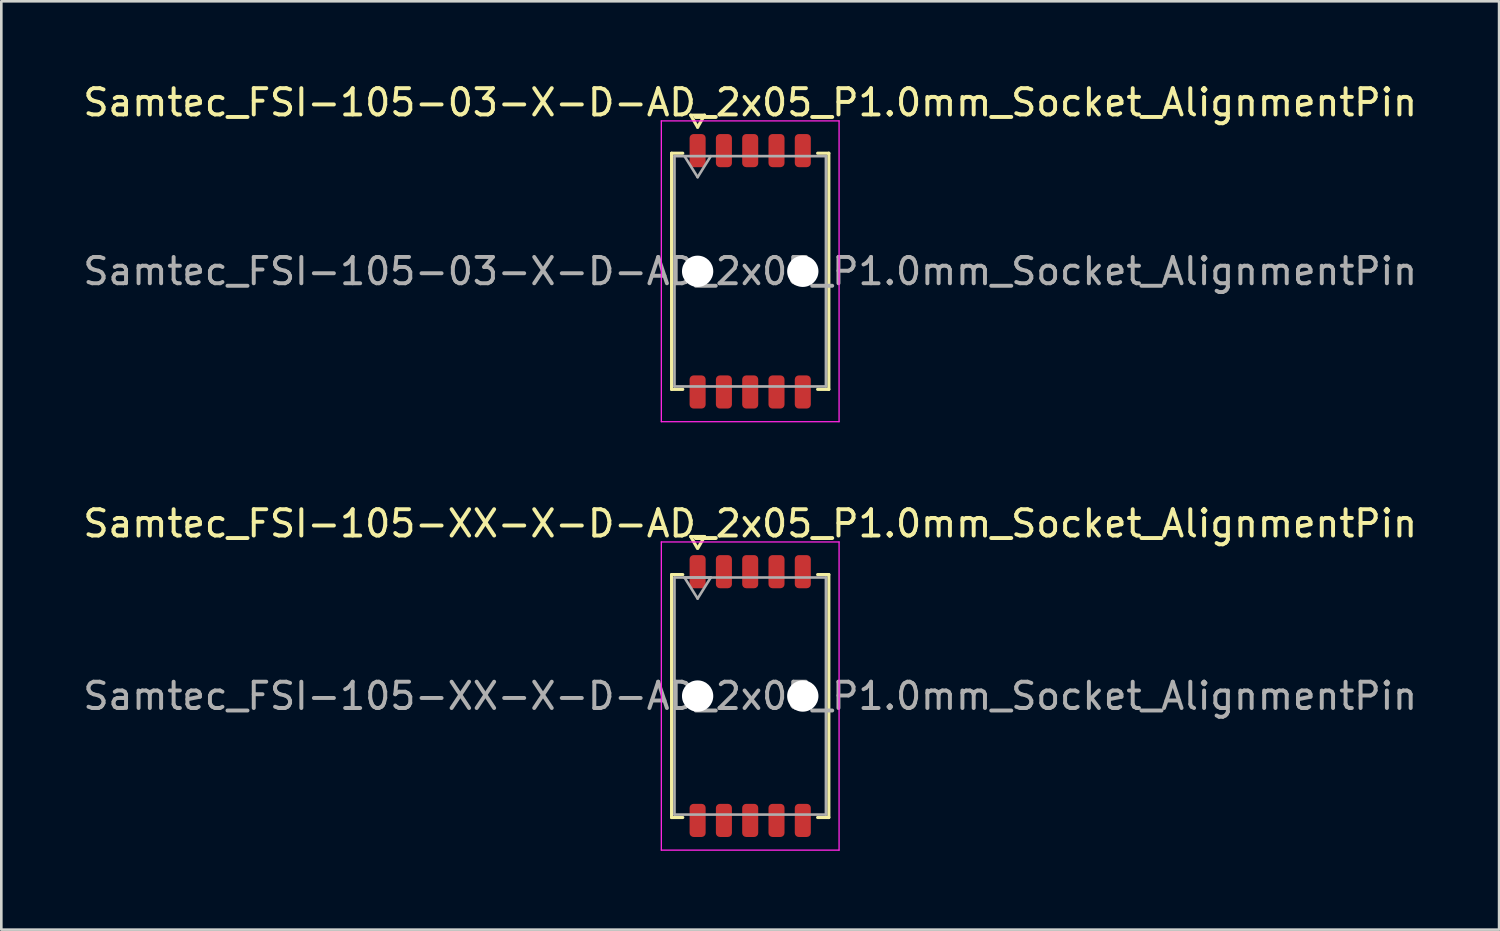
<source format=kicad_pcb>
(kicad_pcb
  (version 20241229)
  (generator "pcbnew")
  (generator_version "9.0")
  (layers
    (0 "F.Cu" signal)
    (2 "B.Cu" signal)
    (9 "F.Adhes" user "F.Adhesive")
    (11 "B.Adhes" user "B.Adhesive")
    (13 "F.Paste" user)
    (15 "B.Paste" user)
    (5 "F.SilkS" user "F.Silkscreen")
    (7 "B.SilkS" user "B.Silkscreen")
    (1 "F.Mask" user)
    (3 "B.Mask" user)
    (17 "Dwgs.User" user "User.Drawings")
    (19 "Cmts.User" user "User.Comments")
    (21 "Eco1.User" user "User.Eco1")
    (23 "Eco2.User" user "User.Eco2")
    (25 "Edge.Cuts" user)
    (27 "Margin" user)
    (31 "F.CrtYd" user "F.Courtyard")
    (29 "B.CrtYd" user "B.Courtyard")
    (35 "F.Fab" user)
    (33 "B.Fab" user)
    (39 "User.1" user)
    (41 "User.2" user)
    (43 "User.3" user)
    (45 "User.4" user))
  (footprint "Samtec_FSI-105-03-X-D-AD_2x05_P1.0mm_Socket_AlignmentPin"
    (layer "F.Cu")
    (at 25.482 7.268)
    (property "Reference" "Samtec_FSI-105-03-X-D-AD_2x05_P1.0mm_Socket_AlignmentPin" (at 0 -6.42 0) (layer "F.SilkS") (effects (font (size 1 1) (thickness 0.15))))
    (attr smd)
    (fp_line (start -2.99 -4.49) (end -2.565 -4.49) (stroke (width 0.12) (type solid)) (layer "F.SilkS"))
    (fp_line (start -2.99 4.49) (end -2.99 -4.49) (stroke (width 0.12) (type solid)) (layer "F.SilkS"))
    (fp_line (start -2.565 4.49) (end -2.99 4.49) (stroke (width 0.12) (type solid)) (layer "F.SilkS"))
    (fp_line (start -2.264 -5.938) (end -2 -5.48) (stroke (width 0.12) (type solid)) (layer "F.SilkS"))
    (fp_line (start -2 -5.48) (end -1.736 -5.938) (stroke (width 0.12) (type solid)) (layer "F.SilkS"))
    (fp_line (start -1.736 -5.938) (end -2.264 -5.938) (stroke (width 0.12) (type solid)) (layer "F.SilkS"))
    (fp_line (start 2.565 -4.49) (end 2.99 -4.49) (stroke (width 0.12) (type solid)) (layer "F.SilkS"))
    (fp_line (start 2.99 -4.49) (end 2.99 4.49) (stroke (width 0.12) (type solid)) (layer "F.SilkS"))
    (fp_line (start 2.99 4.49) (end 2.565 4.49) (stroke (width 0.12) (type solid)) (layer "F.SilkS"))
    (fp_line (start -3.38 -5.72) (end -3.38 5.72) (stroke (width 0.05) (type solid)) (layer "F.CrtYd"))
    (fp_line (start -3.38 5.72) (end 3.38 5.72) (stroke (width 0.05) (type solid)) (layer "F.CrtYd"))
    (fp_line (start 3.38 -5.72) (end -3.38 -5.72) (stroke (width 0.05) (type solid)) (layer "F.CrtYd"))
    (fp_line (start 3.38 5.72) (end 3.38 -5.72) (stroke (width 0.05) (type solid)) (layer "F.CrtYd"))
    (fp_line (start -2.88 -4.38) (end 2.88 -4.38) (stroke (width 0.1) (type solid)) (layer "F.Fab"))
    (fp_line (start -2.88 4.38) (end -2.88 -4.38) (stroke (width 0.1) (type solid)) (layer "F.Fab"))
    (fp_line (start -2.5 -4.38) (end -2 -3.58) (stroke (width 0.1) (type solid)) (layer "F.Fab"))
    (fp_line (start -2 -3.58) (end -1.5 -4.38) (stroke (width 0.1) (type solid)) (layer "F.Fab"))
    (fp_line (start 2.88 -4.38) (end 2.88 4.38) (stroke (width 0.1) (type solid)) (layer "F.Fab"))
    (fp_line (start 2.88 4.38) (end -2.88 4.38) (stroke (width 0.1) (type solid)) (layer "F.Fab"))
    (fp_text user "${REFERENCE}" (at 0 0 0) (layer "F.Fab") (effects (font (size 1 1) (thickness 0.15))))
    (pad "" np_thru_hole circle (at -2 0) (size 1.19 1.19) (drill 1.19) (layers "*.Cu" "*.Mask"))
    (pad "" np_thru_hole circle (at 2 0) (size 1.19 1.19) (drill 1.19) (layers "*.Cu" "*.Mask"))
    (pad "1" smd roundrect (at -2 -4.59) (size 0.61 1.26) (layers "F.Cu" "F.Mask" "F.Paste") (roundrect_rratio 0.25))
    (pad "2" smd roundrect (at -2 4.59) (size 0.61 1.26) (layers "F.Cu" "F.Mask" "F.Paste") (roundrect_rratio 0.25))
    (pad "3" smd roundrect (at -1 -4.59) (size 0.61 1.26) (layers "F.Cu" "F.Mask" "F.Paste") (roundrect_rratio 0.25))
    (pad "4" smd roundrect (at -1 4.59) (size 0.61 1.26) (layers "F.Cu" "F.Mask" "F.Paste") (roundrect_rratio 0.25))
    (pad "5" smd roundrect (at 0 -4.59) (size 0.61 1.26) (layers "F.Cu" "F.Mask" "F.Paste") (roundrect_rratio 0.25))
    (pad "6" smd roundrect (at 0 4.59) (size 0.61 1.26) (layers "F.Cu" "F.Mask" "F.Paste") (roundrect_rratio 0.25))
    (pad "7" smd roundrect (at 1 -4.59) (size 0.61 1.26) (layers "F.Cu" "F.Mask" "F.Paste") (roundrect_rratio 0.25))
    (pad "8" smd roundrect (at 1 4.59) (size 0.61 1.26) (layers "F.Cu" "F.Mask" "F.Paste") (roundrect_rratio 0.25))
    (pad "9" smd roundrect (at 2 -4.59) (size 0.61 1.26) (layers "F.Cu" "F.Mask" "F.Paste") (roundrect_rratio 0.25))
    (pad "10" smd roundrect (at 2 4.59) (size 0.61 1.26) (layers "F.Cu" "F.Mask" "F.Paste") (roundrect_rratio 0.25)))
  (footprint "Samtec_FSI-105-XX-X-D-AD_2x05_P1.0mm_Socket_AlignmentPin"
    (layer "F.Cu")
    (at 25.482 23.422)
    (property "Reference" "Samtec_FSI-105-XX-X-D-AD_2x05_P1.0mm_Socket_AlignmentPin" (at 0 -6.56 0) (layer "F.SilkS") (effects (font (size 1 1) (thickness 0.15))))
    (attr smd)
    (fp_line (start -2.99 -4.619) (end -2.565 -4.619) (stroke (width 0.12) (type solid)) (layer "F.SilkS"))
    (fp_line (start -2.99 4.619) (end -2.99 -4.619) (stroke (width 0.12) (type solid)) (layer "F.SilkS"))
    (fp_line (start -2.565 4.619) (end -2.99 4.619) (stroke (width 0.12) (type solid)) (layer "F.SilkS"))
    (fp_line (start -2.264 -6.066) (end -2.007 -5.62) (stroke (width 0.12) (type solid)) (layer "F.SilkS"))
    (fp_line (start -1.993 -5.62) (end -1.736 -6.066) (stroke (width 0.12) (type solid)) (layer "F.SilkS"))
    (fp_line (start -1.736 -6.066) (end -2.264 -6.066) (stroke (width 0.12) (type solid)) (layer "F.SilkS"))
    (fp_line (start 2.565 -4.619) (end 2.99 -4.619) (stroke (width 0.12) (type solid)) (layer "F.SilkS"))
    (fp_line (start 2.99 -4.619) (end 2.99 4.619) (stroke (width 0.12) (type solid)) (layer "F.SilkS"))
    (fp_line (start 2.99 4.619) (end 2.565 4.619) (stroke (width 0.12) (type solid)) (layer "F.SilkS"))
    (fp_line (start -3.38 -5.86) (end -3.38 5.86) (stroke (width 0.05) (type solid)) (layer "F.CrtYd"))
    (fp_line (start -3.38 5.86) (end 3.38 5.86) (stroke (width 0.05) (type solid)) (layer "F.CrtYd"))
    (fp_line (start 3.38 -5.86) (end -3.38 -5.86) (stroke (width 0.05) (type solid)) (layer "F.CrtYd"))
    (fp_line (start 3.38 5.86) (end 3.38 -5.86) (stroke (width 0.05) (type solid)) (layer "F.CrtYd"))
    (fp_line (start -2.88 -4.508) (end 2.88 -4.508) (stroke (width 0.1) (type solid)) (layer "F.Fab"))
    (fp_line (start -2.88 4.508) (end -2.88 -4.508) (stroke (width 0.1) (type solid)) (layer "F.Fab"))
    (fp_line (start -2.5 -4.508) (end -2 -3.708) (stroke (width 0.1) (type solid)) (layer "F.Fab"))
    (fp_line (start -2 -3.708) (end -1.5 -4.508) (stroke (width 0.1) (type solid)) (layer "F.Fab"))
    (fp_line (start -1.5 -4.508) (end -2.5 -4.508) (stroke (width 0.1) (type solid)) (layer "F.Fab"))
    (fp_line (start 2.88 -4.508) (end 2.88 4.508) (stroke (width 0.1) (type solid)) (layer "F.Fab"))
    (fp_line (start 2.88 4.508) (end -2.88 4.508) (stroke (width 0.1) (type solid)) (layer "F.Fab"))
    (fp_text user "${REFERENCE}" (at 0 0 0) (layer "F.Fab") (effects (font (size 1 1) (thickness 0.15))))
    (pad "" np_thru_hole circle (at -2 0) (size 1.19 1.19) (drill 1.19) (layers "*.Cu" "*.Mask"))
    (pad "" np_thru_hole circle (at 2 0) (size 1.19 1.19) (drill 1.19) (layers "*.Cu" "*.Mask"))
    (pad "1" smd roundrect (at -2 -4.73) (size 0.61 1.26) (layers "F.Cu" "F.Mask" "F.Paste") (roundrect_rratio 0.25))
    (pad "2" smd roundrect (at -2 4.73) (size 0.61 1.26) (layers "F.Cu" "F.Mask" "F.Paste") (roundrect_rratio 0.25))
    (pad "3" smd roundrect (at -1 -4.73) (size 0.61 1.26) (layers "F.Cu" "F.Mask" "F.Paste") (roundrect_rratio 0.25))
    (pad "4" smd roundrect (at -1 4.73) (size 0.61 1.26) (layers "F.Cu" "F.Mask" "F.Paste") (roundrect_rratio 0.25))
    (pad "5" smd roundrect (at 0 -4.73) (size 0.61 1.26) (layers "F.Cu" "F.Mask" "F.Paste") (roundrect_rratio 0.25))
    (pad "6" smd roundrect (at 0 4.73) (size 0.61 1.26) (layers "F.Cu" "F.Mask" "F.Paste") (roundrect_rratio 0.25))
    (pad "7" smd roundrect (at 1 -4.73) (size 0.61 1.26) (layers "F.Cu" "F.Mask" "F.Paste") (roundrect_rratio 0.25))
    (pad "8" smd roundrect (at 1 4.73) (size 0.61 1.26) (layers "F.Cu" "F.Mask" "F.Paste") (roundrect_rratio 0.25))
    (pad "9" smd roundrect (at 2 -4.73) (size 0.61 1.26) (layers "F.Cu" "F.Mask" "F.Paste") (roundrect_rratio 0.25))
    (pad "10" smd roundrect (at 2 4.73) (size 0.61 1.26) (layers "F.Cu" "F.Mask" "F.Paste") (roundrect_rratio 0.25)))
  (gr_rect
    (start -3 -3)
    (end 53.964 32.306)
    (stroke (width 0.1) (type default))
    (fill no)
    (layer "Edge.Cuts")))
</source>
